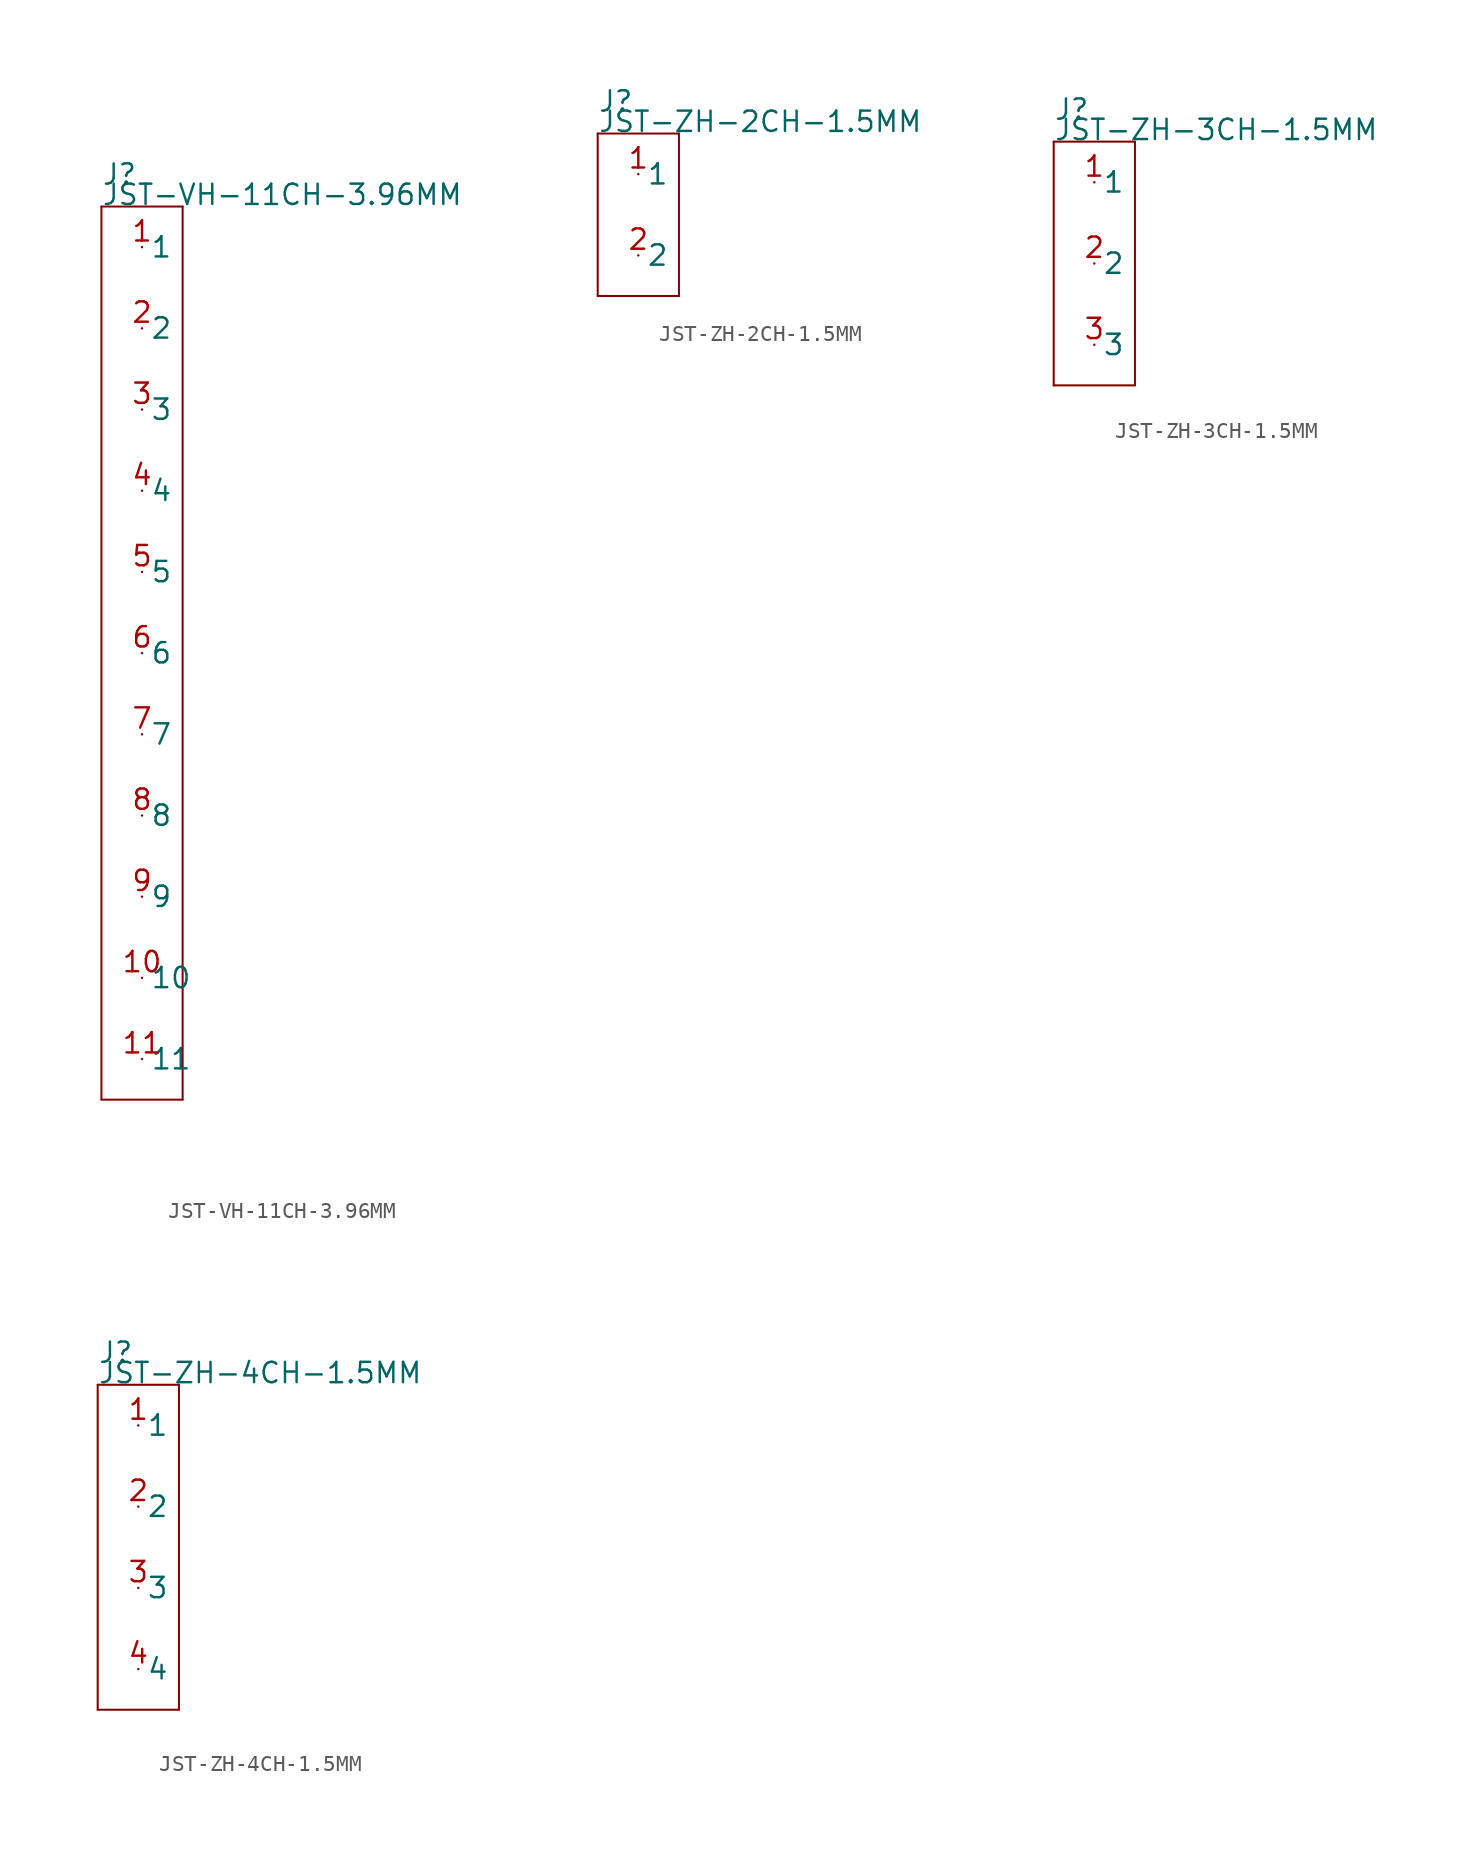
<source format=kicad_sym>
(kicad_symbol_lib
  (version 20211014)
  (generator kicad_symbol_editor)
  (symbol "JST-VH-11CH-3.96MM"
    (pin_names)
    (property "Reference" "J"
      (at -2.54 29.21 0)
      (effects (font (size 1.27 1.27)) (justify left bottom)))
    (property "Value" "JST-VH-11CH-3.96MM"
      (at -2.54 27.94 0)
      (effects (font (size 1.27 1.27)) (justify left bottom)))
    (property "Datasheet" ""
      (at 0 0 0))
    (property "ki_description" " JST 1x11  - Through Hole JST 11POS 3.96MM Technical Specifications: Pitch: 3.96mm "
      (at 0 0 0))
    (property "ki_fp_filters" "FlashPCB_Connectors:JST-B11P-VH-THT-VERT-11CH-3.96MM FlashPCB_Connectors:JST-B11P-VH-THT-VERT-11CH-3.96MM-NOSILK FlashPCB_Connectors:JST-S11PS-VH-THT-RA-11CH-3.96MM FlashPCB_Connectors:JST-S11PS-VH-THT-RA-11CH-3.96MM-NOSILK FlashPCB_Connectors:JST-B11P-VH-THT-VERT-SHRD-11CH-3.96MM-NOSILK FlashPCB_Connectors:JST-B11P-VH-THT-VERT-SHRD-11CH-3.96MM FlashPCB_Connectors:JST-S11PS-VH-THT-RA-STABL-11CH-3.96MM FlashPCB_Connectors:JST-S11PS-VH-THT-RA-STABL-11CH-3.96MM-NOSILK FlashPCB_Connectors:JST-B11P-VH-THT-VERT-11CH-3.96MM-LONG FlashPCB_Connectors:JST-B11P-VH-THT-VERT-11CH-3.96MM-LONG-NOSILK FlashPCB_Connectors:JST-S11PS-VH-THT-RA-11CH-3.96MM-LONG FlashPCB_Connectors:JST-S11PS-VH-THT-RA-11CH-3.96MM-LONG-NOSILK FlashPCB_Connectors:JST-B11P-VH-THT-VERT-SHRD-11CH-3.96MM-LONG-NOSILK FlashPCB_Connectors:JST-B11P-VH-THT-VERT-SHRD-11CH-3.96MM-LONG FlashPCB_Connectors:JST-S11PS-VH-THT-RA-STABL-11CH-3.96MM-LONG FlashPCB_Connectors:JST-S11PS-VH-THT-RA-STABL-11CH-3.96MM-LONG-NOSILK"
      (at 0 0 0))
    (symbol "JST-VH-11CH-3.96MM_1_1"
      (polyline (pts (xy -2.54 27.94) (xy 2.54 27.94)) (stroke (width 0.127)) (fill (type none)))
      (polyline (pts (xy 2.54 27.94) (xy 2.54 -27.94)) (stroke (width 0.127)) (fill (type none)))
      (polyline (pts (xy 2.54 -27.94) (xy -2.54 -27.94)) (stroke (width 0.127)) (fill (type none)))
      (polyline (pts (xy -2.54 -27.94) (xy -2.54 27.94)) (stroke (width 0.127)) (fill (type none)))
      (pin bidirectional line (at 0 25.4 0) (length 0) (name "1" (effects (font (size 1.27 1.27)))) (number "1" (effects (font (size 1.27 1.27)))))
      (pin bidirectional line (at 0 20.32 0) (length 0) (name "2" (effects (font (size 1.27 1.27)))) (number "2" (effects (font (size 1.27 1.27)))))
      (pin bidirectional line (at 0 15.24 0) (length 0) (name "3" (effects (font (size 1.27 1.27)))) (number "3" (effects (font (size 1.27 1.27)))))
      (pin bidirectional line (at 0 10.16 0) (length 0) (name "4" (effects (font (size 1.27 1.27)))) (number "4" (effects (font (size 1.27 1.27)))))
      (pin bidirectional line (at 0 5.08 0) (length 0) (name "5" (effects (font (size 1.27 1.27)))) (number "5" (effects (font (size 1.27 1.27)))))
      (pin bidirectional line (at 0 0 0) (length 0) (name "6" (effects (font (size 1.27 1.27)))) (number "6" (effects (font (size 1.27 1.27)))))
      (pin bidirectional line (at 0 -5.08 0) (length 0) (name "7" (effects (font (size 1.27 1.27)))) (number "7" (effects (font (size 1.27 1.27)))))
      (pin bidirectional line (at 0 -10.16 0) (length 0) (name "8" (effects (font (size 1.27 1.27)))) (number "8" (effects (font (size 1.27 1.27)))))
      (pin bidirectional line (at 0 -15.24 0) (length 0) (name "9" (effects (font (size 1.27 1.27)))) (number "9" (effects (font (size 1.27 1.27)))))
      (pin bidirectional line (at 0 -20.32 0) (length 0) (name "10" (effects (font (size 1.27 1.27)))) (number "10" (effects (font (size 1.27 1.27)))))
      (pin bidirectional line (at 0 -25.4 0) (length 0) (name "11" (effects (font (size 1.27 1.27)))) (number "11" (effects (font (size 1.27 1.27)))))))
  (symbol "JST-ZH-2CH-1.5MM"
    (pin_names)
    (property "Reference" "J"
      (at -2.54 6.35 0)
      (effects (font (size 1.27 1.27)) (justify left bottom)))
    (property "Value" "JST-ZH-2CH-1.5MM"
      (at -2.54 5.08 0)
      (effects (font (size 1.27 1.27)) (justify left bottom)))
    (property "Datasheet" ""
      (at 0 0 0))
    (property "ki_description" " JST 1x2  -  SMT and THT JST 2POS 1.5MM Technical Specifications: Pitch: 1.5mm "
      (at 0 0 0))
    (property "ki_fp_filters" "FlashPCB_Connectors:JST-S2B-ZR-SM2-TF-ZH-SMT-RA-2CH-1.5MM FlashPCB_Connectors:JST-S2B-ZR-SM2-TF-ZH-SMT-RA-2CH-1.5MM-NOSILK FlashPCB_Connectors:JST-B2B-ZR-SM4-TF-ZH-SMT-VERT-2CH-1.5MM FlashPCB_Connectors:JST-B2B-ZR-SM4-TF-ZH-SMT-VERT-2CH-1.5MM-NOSILK FlashPCB_Connectors:JST-S2B-ZR-SM4A-TF-ZH-SMT-RA-2CH-1.5MM FlashPCB_Connectors:JST-S2B-ZR-SM4A-TF-ZH-SMT-RA-2CH-1.5MM-NOSILK FlashPCB_Connectors:JST-B2B-ZR-ZH-THT-VERT-2CH-1.5MM FlashPCB_Connectors:JST-B2B-ZR-ZH-THT-VERT-2CH-1.5MM-NOSILK FlashPCB_Connectors:JST-S2B-ZR-ZH-THT-RA-2CH-1.5MM FlashPCB_Connectors:JST-S2B-ZR-ZH-THT-RA-2CH-1.5MM-NOSILK FlashPCB_Connectors:JST-B2B-ZR-ZH-THT-VERT-2CH-1.5MM-LONG FlashPCB_Connectors:JST-B2B-ZR-ZH-THT-VERT-2CH-1.5MM-LONG-NOSILK FlashPCB_Connectors:JST-S2B-ZR-ZH-THT-RA-2CH-1.5MM-LONG FlashPCB_Connectors:JST-S2B-ZR-ZH-THT-RA-2CH-1.5MM-LONG-NOSILK"
      (at 0 0 0))
    (symbol "JST-ZH-2CH-1.5MM_1_1"
      (polyline (pts (xy -2.54 5.08) (xy 2.54 5.08)) (stroke (width 0.127)) (fill (type none)))
      (polyline (pts (xy 2.54 5.08) (xy 2.54 -5.08)) (stroke (width 0.127)) (fill (type none)))
      (polyline (pts (xy 2.54 -5.08) (xy -2.54 -5.08)) (stroke (width 0.127)) (fill (type none)))
      (polyline (pts (xy -2.54 -5.08) (xy -2.54 5.08)) (stroke (width 0.127)) (fill (type none)))
      (pin bidirectional line (at 0 2.54 0) (length 0) (name "1" (effects (font (size 1.27 1.27)))) (number "1" (effects (font (size 1.27 1.27)))))
      (pin bidirectional line (at 0 -2.54 0) (length 0) (name "2" (effects (font (size 1.27 1.27)))) (number "2" (effects (font (size 1.27 1.27)))))))
  (symbol "JST-ZH-3CH-1.5MM"
    (pin_names)
    (property "Reference" "J"
      (at -2.54 8.89 0)
      (effects (font (size 1.27 1.27)) (justify left bottom)))
    (property "Value" "JST-ZH-3CH-1.5MM"
      (at -2.54 7.62 0)
      (effects (font (size 1.27 1.27)) (justify left bottom)))
    (property "Datasheet" ""
      (at 0 0 0))
    (property "ki_description" " JST 1x3  -  SMT and THT JST 3POS 1.5MM Technical Specifications: Pitch: 1.5mm "
      (at 0 0 0))
    (property "ki_fp_filters" "FlashPCB_Connectors:JST-S3B-ZR-SM2-TF-ZH-SMT-RA-3CH-1.5MM FlashPCB_Connectors:JST-S3B-ZR-SM2-TF-ZH-SMT-RA-3CH-1.5MM-NOSILK FlashPCB_Connectors:JST-B3B-ZR-SM4-TF-ZH-SMT-VERT-3CH-1.5MM FlashPCB_Connectors:JST-B3B-ZR-SM4-TF-ZH-SMT-VERT-3CH-1.5MM-NOSILK FlashPCB_Connectors:JST-S3B-ZR-SM4A-TF-ZH-SMT-RA-3CH-1.5MM FlashPCB_Connectors:JST-S3B-ZR-SM4A-TF-ZH-SMT-RA-3CH-1.5MM-NOSILK FlashPCB_Connectors:JST-B3B-ZR-ZH-THT-VERT-3CH-1.5MM FlashPCB_Connectors:JST-B3B-ZR-ZH-THT-VERT-3CH-1.5MM-NOSILK FlashPCB_Connectors:JST-S3B-ZR-ZH-THT-RA-3CH-1.5MM FlashPCB_Connectors:JST-S3B-ZR-ZH-THT-RA-3CH-1.5MM-NOSILK FlashPCB_Connectors:JST-B3B-ZR-ZH-THT-VERT-3CH-1.5MM-LONG FlashPCB_Connectors:JST-B3B-ZR-ZH-THT-VERT-3CH-1.5MM-LONG-NOSILK FlashPCB_Connectors:JST-S3B-ZR-ZH-THT-RA-3CH-1.5MM-LONG FlashPCB_Connectors:JST-S3B-ZR-ZH-THT-RA-3CH-1.5MM-LONG-NOSILK"
      (at 0 0 0))
    (symbol "JST-ZH-3CH-1.5MM_1_1"
      (polyline (pts (xy -2.54 7.62) (xy 2.54 7.62)) (stroke (width 0.127)) (fill (type none)))
      (polyline (pts (xy 2.54 7.62) (xy 2.54 -7.62)) (stroke (width 0.127)) (fill (type none)))
      (polyline (pts (xy 2.54 -7.62) (xy -2.54 -7.62)) (stroke (width 0.127)) (fill (type none)))
      (polyline (pts (xy -2.54 -7.62) (xy -2.54 7.62)) (stroke (width 0.127)) (fill (type none)))
      (pin bidirectional line (at 0 5.08 0) (length 0) (name "1" (effects (font (size 1.27 1.27)))) (number "1" (effects (font (size 1.27 1.27)))))
      (pin bidirectional line (at 0 0 0) (length 0) (name "2" (effects (font (size 1.27 1.27)))) (number "2" (effects (font (size 1.27 1.27)))))
      (pin bidirectional line (at 0 -5.08 0) (length 0) (name "3" (effects (font (size 1.27 1.27)))) (number "3" (effects (font (size 1.27 1.27)))))))
  (symbol "JST-ZH-4CH-1.5MM"
    (pin_names)
    (property "Reference" "J"
      (at -2.54 11.43 0)
      (effects (font (size 1.27 1.27)) (justify left bottom)))
    (property "Value" "JST-ZH-4CH-1.5MM"
      (at -2.54 10.16 0)
      (effects (font (size 1.27 1.27)) (justify left bottom)))
    (property "Datasheet" ""
      (at 0 0 0))
    (property "ki_description" " JST 1x4  -  SMT and THT JST 4POS 1.5MM Technical Specifications: Pitch: 1.5mm "
      (at 0 0 0))
    (property "ki_fp_filters" "FlashPCB_Connectors:JST-S4B-ZR-SM2-TF-ZH-SMT-RA-4CH-1.5MM FlashPCB_Connectors:JST-S4B-ZR-SM2-TF-ZH-SMT-RA-4CH-1.5MM-NOSILK FlashPCB_Connectors:JST-B4B-ZR-SM4-TF-ZH-SMT-VERT-4CH-1.5MM FlashPCB_Connectors:JST-B4B-ZR-SM4-TF-ZH-SMT-VERT-4CH-1.5MM-NOSILK FlashPCB_Connectors:JST-S4B-ZR-SM4A-TF-ZH-SMT-RA-4CH-1.5MM FlashPCB_Connectors:JST-S4B-ZR-SM4A-TF-ZH-SMT-RA-4CH-1.5MM-NOSILK FlashPCB_Connectors:JST-B4B-ZR-ZH-THT-VERT-4CH-1.5MM FlashPCB_Connectors:JST-B4B-ZR-ZH-THT-VERT-4CH-1.5MM-NOSILK FlashPCB_Connectors:JST-S4B-ZR-ZH-THT-RA-4CH-1.5MM FlashPCB_Connectors:JST-S4B-ZR-ZH-THT-RA-4CH-1.5MM-NOSILK FlashPCB_Connectors:JST-B4B-ZR-ZH-THT-VERT-4CH-1.5MM-LONG FlashPCB_Connectors:JST-B4B-ZR-ZH-THT-VERT-4CH-1.5MM-LONG-NOSILK FlashPCB_Connectors:JST-S4B-ZR-ZH-THT-RA-4CH-1.5MM-LONG FlashPCB_Connectors:JST-S4B-ZR-ZH-THT-RA-4CH-1.5MM-LONG-NOSILK"
      (at 0 0 0))
    (symbol "JST-ZH-4CH-1.5MM_1_1"
      (polyline (pts (xy -2.54 10.16) (xy 2.54 10.16)) (stroke (width 0.127)) (fill (type none)))
      (polyline (pts (xy 2.54 10.16) (xy 2.54 -10.16)) (stroke (width 0.127)) (fill (type none)))
      (polyline (pts (xy 2.54 -10.16) (xy -2.54 -10.16)) (stroke (width 0.127)) (fill (type none)))
      (polyline (pts (xy -2.54 -10.16) (xy -2.54 10.16)) (stroke (width 0.127)) (fill (type none)))
      (pin bidirectional line (at 0 7.62 0) (length 0) (name "1" (effects (font (size 1.27 1.27)))) (number "1" (effects (font (size 1.27 1.27)))))
      (pin bidirectional line (at 0 2.54 0) (length 0) (name "2" (effects (font (size 1.27 1.27)))) (number "2" (effects (font (size 1.27 1.27)))))
      (pin bidirectional line (at 0 -2.54 0) (length 0) (name "3" (effects (font (size 1.27 1.27)))) (number "3" (effects (font (size 1.27 1.27)))))
      (pin bidirectional line (at 0 -7.62 0) (length 0) (name "4" (effects (font (size 1.27 1.27)))) (number "4" (effects (font (size 1.27 1.27))))))))
</source>
